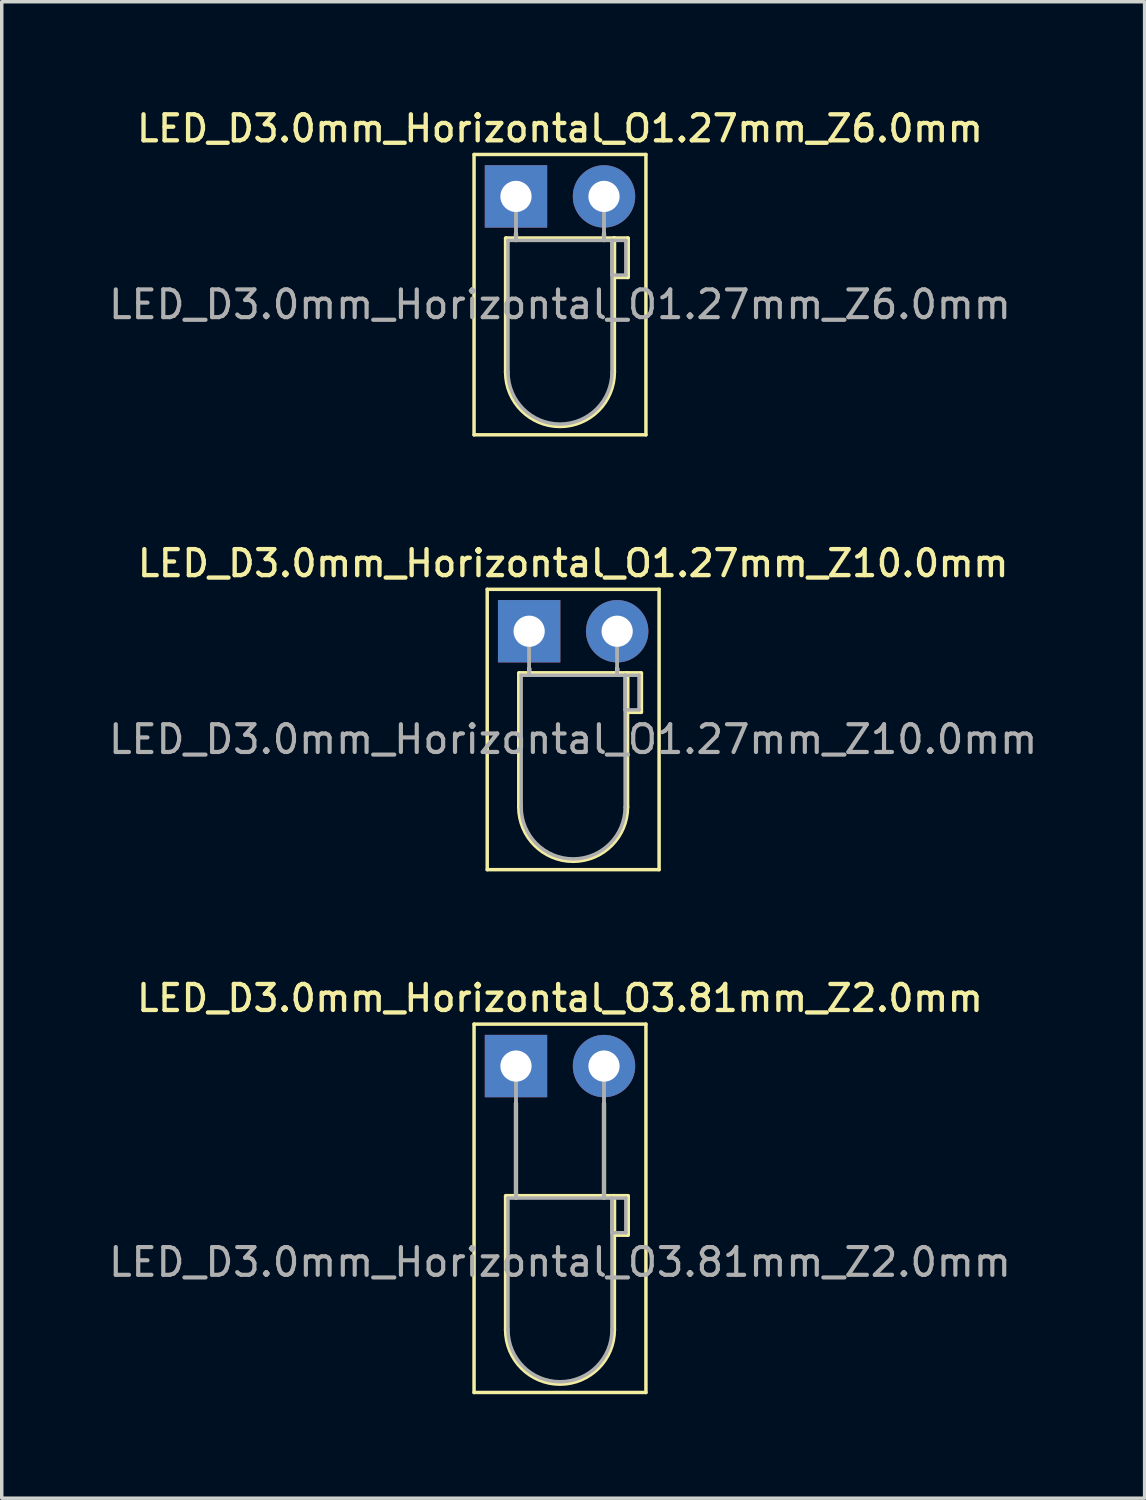
<source format=kicad_pcb>
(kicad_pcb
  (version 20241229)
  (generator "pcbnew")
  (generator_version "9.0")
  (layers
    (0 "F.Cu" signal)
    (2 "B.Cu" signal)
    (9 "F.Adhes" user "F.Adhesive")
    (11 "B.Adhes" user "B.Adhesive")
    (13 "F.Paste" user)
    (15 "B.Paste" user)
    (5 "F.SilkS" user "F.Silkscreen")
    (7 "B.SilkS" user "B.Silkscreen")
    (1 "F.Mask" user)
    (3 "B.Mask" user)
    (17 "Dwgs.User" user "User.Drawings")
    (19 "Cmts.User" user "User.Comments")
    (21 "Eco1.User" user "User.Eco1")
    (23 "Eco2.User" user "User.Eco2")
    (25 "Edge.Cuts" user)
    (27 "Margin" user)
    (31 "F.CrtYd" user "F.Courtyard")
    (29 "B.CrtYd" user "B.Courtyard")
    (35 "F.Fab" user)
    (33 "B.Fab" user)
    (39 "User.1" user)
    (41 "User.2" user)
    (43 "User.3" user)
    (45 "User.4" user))
  (footprint "LED_D3.0mm_Horizontal_O1.27mm_Z6.0mm"
    (layer "F.Cu")
    (at 11.84 2.618)
    (property "Reference" "LED_D3.0mm_Horizontal_O1.27mm_Z6.0mm" (at 1.27 -1.96 0) (layer "F.SilkS") (effects (font (size 0.75 0.75) (thickness 0.125))))
    (attr through_hole)
    (fp_line (start -1.21 -1.21) (end -1.21 6.88) (stroke (width 0.1) (type solid)) (layer "F.SilkS"))
    (fp_line (start -1.21 6.88) (end 3.75 6.88) (stroke (width 0.1) (type solid)) (layer "F.SilkS"))
    (fp_line (start -0.29 1.21) (end -0.29 5.07) (stroke (width 0.12) (type solid)) (layer "F.SilkS"))
    (fp_line (start -0.29 1.21) (end 2.83 1.21) (stroke (width 0.12) (type solid)) (layer "F.SilkS"))
    (fp_line (start 0 1.08) (end 0 1.08) (stroke (width 0.12) (type solid)) (layer "F.SilkS"))
    (fp_line (start 0 1.08) (end 0 1.21) (stroke (width 0.12) (type solid)) (layer "F.SilkS"))
    (fp_line (start 0 1.21) (end 0 1.08) (stroke (width 0.12) (type solid)) (layer "F.SilkS"))
    (fp_line (start 0 1.21) (end 0 1.21) (stroke (width 0.12) (type solid)) (layer "F.SilkS"))
    (fp_line (start 2.54 1.08) (end 2.54 1.08) (stroke (width 0.12) (type solid)) (layer "F.SilkS"))
    (fp_line (start 2.54 1.08) (end 2.54 1.21) (stroke (width 0.12) (type solid)) (layer "F.SilkS"))
    (fp_line (start 2.54 1.21) (end 2.54 1.08) (stroke (width 0.12) (type solid)) (layer "F.SilkS"))
    (fp_line (start 2.54 1.21) (end 2.54 1.21) (stroke (width 0.12) (type solid)) (layer "F.SilkS"))
    (fp_line (start 2.83 1.21) (end 2.83 5.07) (stroke (width 0.12) (type solid)) (layer "F.SilkS"))
    (fp_line (start 2.83 1.21) (end 3.23 1.21) (stroke (width 0.12) (type solid)) (layer "F.SilkS"))
    (fp_line (start 2.83 2.33) (end 2.83 1.21) (stroke (width 0.12) (type solid)) (layer "F.SilkS"))
    (fp_line (start 3.23 1.21) (end 3.23 2.33) (stroke (width 0.12) (type solid)) (layer "F.SilkS"))
    (fp_line (start 3.23 2.33) (end 2.83 2.33) (stroke (width 0.12) (type solid)) (layer "F.SilkS"))
    (fp_line (start 3.75 -1.21) (end -1.21 -1.21) (stroke (width 0.1) (type solid)) (layer "F.SilkS"))
    (fp_line (start 3.75 6.88) (end 3.75 -1.21) (stroke (width 0.1) (type solid)) (layer "F.SilkS"))
    (fp_arc (start 2.83 5.07) (mid 1.27 6.63) (end -0.29 5.07) (stroke (width 0.12) (type solid)) (layer "F.SilkS"))
    (fp_line (start -0.23 1.27) (end -0.23 5.07) (stroke (width 0.1) (type solid)) (layer "F.Fab"))
    (fp_line (start -0.23 1.27) (end 2.77 1.27) (stroke (width 0.1) (type solid)) (layer "F.Fab"))
    (fp_line (start 0 0) (end 0 0) (stroke (width 0.1) (type solid)) (layer "F.Fab"))
    (fp_line (start 0 0) (end 0 1.27) (stroke (width 0.1) (type solid)) (layer "F.Fab"))
    (fp_line (start 0 1.27) (end 0 0) (stroke (width 0.1) (type solid)) (layer "F.Fab"))
    (fp_line (start 0 1.27) (end 0 1.27) (stroke (width 0.1) (type solid)) (layer "F.Fab"))
    (fp_line (start 2.54 0) (end 2.54 0) (stroke (width 0.1) (type solid)) (layer "F.Fab"))
    (fp_line (start 2.54 0) (end 2.54 1.27) (stroke (width 0.1) (type solid)) (layer "F.Fab"))
    (fp_line (start 2.54 1.27) (end 2.54 0) (stroke (width 0.1) (type solid)) (layer "F.Fab"))
    (fp_line (start 2.54 1.27) (end 2.54 1.27) (stroke (width 0.1) (type solid)) (layer "F.Fab"))
    (fp_line (start 2.77 1.27) (end 2.77 5.07) (stroke (width 0.1) (type solid)) (layer "F.Fab"))
    (fp_line (start 2.77 1.27) (end 3.17 1.27) (stroke (width 0.1) (type solid)) (layer "F.Fab"))
    (fp_line (start 2.77 2.27) (end 2.77 1.27) (stroke (width 0.1) (type solid)) (layer "F.Fab"))
    (fp_line (start 3.17 1.27) (end 3.17 2.27) (stroke (width 0.1) (type solid)) (layer "F.Fab"))
    (fp_line (start 3.17 2.27) (end 2.77 2.27) (stroke (width 0.1) (type solid)) (layer "F.Fab"))
    (fp_arc (start 2.77 5.07) (mid 1.27 6.57) (end -0.23 5.07) (stroke (width 0.1) (type solid)) (layer "F.Fab"))
    (fp_text user "${REFERENCE}" (at 1.27 3.12 0) (layer "F.Fab") (effects (font (size 0.8 0.8) (thickness 0.12))))
    (pad "1" thru_hole rect (at 0 0) (size 1.8 1.8) (drill 0.9) (layers "*.Cu" "*.Mask"))
    (pad "2" thru_hole circle (at 2.54 0) (size 1.8 1.8) (drill 0.9) (layers "*.Cu" "*.Mask")))
  (footprint "LED_D3.0mm_Horizontal_O1.27mm_Z10.0mm"
    (layer "F.Cu")
    (at 12.22 15.166)
    (property "Reference" "LED_D3.0mm_Horizontal_O1.27mm_Z10.0mm" (at 1.27 -1.96 0) (layer "F.SilkS") (effects (font (size 0.75 0.75) (thickness 0.125))))
    (attr through_hole)
    (fp_line (start -1.21 -1.21) (end -1.21 6.88) (stroke (width 0.1) (type solid)) (layer "F.SilkS"))
    (fp_line (start -1.21 6.88) (end 3.75 6.88) (stroke (width 0.1) (type solid)) (layer "F.SilkS"))
    (fp_line (start -0.29 1.21) (end -0.29 5.07) (stroke (width 0.12) (type solid)) (layer "F.SilkS"))
    (fp_line (start -0.29 1.21) (end 2.83 1.21) (stroke (width 0.12) (type solid)) (layer "F.SilkS"))
    (fp_line (start 0 1.08) (end 0 1.08) (stroke (width 0.12) (type solid)) (layer "F.SilkS"))
    (fp_line (start 0 1.08) (end 0 1.21) (stroke (width 0.12) (type solid)) (layer "F.SilkS"))
    (fp_line (start 0 1.21) (end 0 1.08) (stroke (width 0.12) (type solid)) (layer "F.SilkS"))
    (fp_line (start 0 1.21) (end 0 1.21) (stroke (width 0.12) (type solid)) (layer "F.SilkS"))
    (fp_line (start 2.54 1.08) (end 2.54 1.08) (stroke (width 0.12) (type solid)) (layer "F.SilkS"))
    (fp_line (start 2.54 1.08) (end 2.54 1.21) (stroke (width 0.12) (type solid)) (layer "F.SilkS"))
    (fp_line (start 2.54 1.21) (end 2.54 1.08) (stroke (width 0.12) (type solid)) (layer "F.SilkS"))
    (fp_line (start 2.54 1.21) (end 2.54 1.21) (stroke (width 0.12) (type solid)) (layer "F.SilkS"))
    (fp_line (start 2.83 1.21) (end 2.83 5.07) (stroke (width 0.12) (type solid)) (layer "F.SilkS"))
    (fp_line (start 2.83 1.21) (end 3.23 1.21) (stroke (width 0.12) (type solid)) (layer "F.SilkS"))
    (fp_line (start 2.83 2.33) (end 2.83 1.21) (stroke (width 0.12) (type solid)) (layer "F.SilkS"))
    (fp_line (start 3.23 1.21) (end 3.23 2.33) (stroke (width 0.12) (type solid)) (layer "F.SilkS"))
    (fp_line (start 3.23 2.33) (end 2.83 2.33) (stroke (width 0.12) (type solid)) (layer "F.SilkS"))
    (fp_line (start 3.75 -1.21) (end -1.21 -1.21) (stroke (width 0.1) (type solid)) (layer "F.SilkS"))
    (fp_line (start 3.75 6.88) (end 3.75 -1.21) (stroke (width 0.1) (type solid)) (layer "F.SilkS"))
    (fp_arc (start 2.83 5.07) (mid 1.27 6.63) (end -0.29 5.07) (stroke (width 0.12) (type solid)) (layer "F.SilkS"))
    (fp_line (start -0.23 1.27) (end -0.23 5.07) (stroke (width 0.1) (type solid)) (layer "F.Fab"))
    (fp_line (start -0.23 1.27) (end 2.77 1.27) (stroke (width 0.1) (type solid)) (layer "F.Fab"))
    (fp_line (start 0 0) (end 0 0) (stroke (width 0.1) (type solid)) (layer "F.Fab"))
    (fp_line (start 0 0) (end 0 1.27) (stroke (width 0.1) (type solid)) (layer "F.Fab"))
    (fp_line (start 0 1.27) (end 0 0) (stroke (width 0.1) (type solid)) (layer "F.Fab"))
    (fp_line (start 0 1.27) (end 0 1.27) (stroke (width 0.1) (type solid)) (layer "F.Fab"))
    (fp_line (start 2.54 0) (end 2.54 0) (stroke (width 0.1) (type solid)) (layer "F.Fab"))
    (fp_line (start 2.54 0) (end 2.54 1.27) (stroke (width 0.1) (type solid)) (layer "F.Fab"))
    (fp_line (start 2.54 1.27) (end 2.54 0) (stroke (width 0.1) (type solid)) (layer "F.Fab"))
    (fp_line (start 2.54 1.27) (end 2.54 1.27) (stroke (width 0.1) (type solid)) (layer "F.Fab"))
    (fp_line (start 2.77 1.27) (end 2.77 5.07) (stroke (width 0.1) (type solid)) (layer "F.Fab"))
    (fp_line (start 2.77 1.27) (end 3.17 1.27) (stroke (width 0.1) (type solid)) (layer "F.Fab"))
    (fp_line (start 2.77 2.27) (end 2.77 1.27) (stroke (width 0.1) (type solid)) (layer "F.Fab"))
    (fp_line (start 3.17 1.27) (end 3.17 2.27) (stroke (width 0.1) (type solid)) (layer "F.Fab"))
    (fp_line (start 3.17 2.27) (end 2.77 2.27) (stroke (width 0.1) (type solid)) (layer "F.Fab"))
    (fp_arc (start 2.77 5.07) (mid 1.27 6.57) (end -0.23 5.07) (stroke (width 0.1) (type solid)) (layer "F.Fab"))
    (fp_text user "${REFERENCE}" (at 1.27 3.12 0) (layer "F.Fab") (effects (font (size 0.8 0.8) (thickness 0.12))))
    (pad "1" thru_hole rect (at 0 0) (size 1.8 1.8) (drill 0.9) (layers "*.Cu" "*.Mask"))
    (pad "2" thru_hole circle (at 2.54 0) (size 1.8 1.8) (drill 0.9) (layers "*.Cu" "*.Mask")))
  (footprint "LED_D3.0mm_Horizontal_O3.81mm_Z2.0mm"
    (layer "F.Cu")
    (at 11.84 27.714)
    (property "Reference" "LED_D3.0mm_Horizontal_O3.81mm_Z2.0mm" (at 1.27 -1.96 0) (layer "F.SilkS") (effects (font (size 0.75 0.75) (thickness 0.125))))
    (attr through_hole)
    (fp_line (start -1.21 -1.21) (end -1.21 9.42) (stroke (width 0.1) (type solid)) (layer "F.SilkS"))
    (fp_line (start -1.21 9.42) (end 3.75 9.42) (stroke (width 0.1) (type solid)) (layer "F.SilkS"))
    (fp_line (start -0.29 3.75) (end -0.29 7.61) (stroke (width 0.12) (type solid)) (layer "F.SilkS"))
    (fp_line (start -0.29 3.75) (end 2.83 3.75) (stroke (width 0.12) (type solid)) (layer "F.SilkS"))
    (fp_line (start 0 1.08) (end 0 1.08) (stroke (width 0.12) (type solid)) (layer "F.SilkS"))
    (fp_line (start 0 1.08) (end 0 3.75) (stroke (width 0.12) (type solid)) (layer "F.SilkS"))
    (fp_line (start 0 3.75) (end 0 1.08) (stroke (width 0.12) (type solid)) (layer "F.SilkS"))
    (fp_line (start 0 3.75) (end 0 3.75) (stroke (width 0.12) (type solid)) (layer "F.SilkS"))
    (fp_line (start 2.54 1.08) (end 2.54 1.08) (stroke (width 0.12) (type solid)) (layer "F.SilkS"))
    (fp_line (start 2.54 1.08) (end 2.54 3.75) (stroke (width 0.12) (type solid)) (layer "F.SilkS"))
    (fp_line (start 2.54 3.75) (end 2.54 1.08) (stroke (width 0.12) (type solid)) (layer "F.SilkS"))
    (fp_line (start 2.54 3.75) (end 2.54 3.75) (stroke (width 0.12) (type solid)) (layer "F.SilkS"))
    (fp_line (start 2.83 3.75) (end 2.83 7.61) (stroke (width 0.12) (type solid)) (layer "F.SilkS"))
    (fp_line (start 2.83 3.75) (end 3.23 3.75) (stroke (width 0.12) (type solid)) (layer "F.SilkS"))
    (fp_line (start 2.83 4.87) (end 2.83 3.75) (stroke (width 0.12) (type solid)) (layer "F.SilkS"))
    (fp_line (start 3.23 3.75) (end 3.23 4.87) (stroke (width 0.12) (type solid)) (layer "F.SilkS"))
    (fp_line (start 3.23 4.87) (end 2.83 4.87) (stroke (width 0.12) (type solid)) (layer "F.SilkS"))
    (fp_line (start 3.75 -1.21) (end -1.21 -1.21) (stroke (width 0.1) (type solid)) (layer "F.SilkS"))
    (fp_line (start 3.75 9.42) (end 3.75 -1.21) (stroke (width 0.1) (type solid)) (layer "F.SilkS"))
    (fp_arc (start 2.83 7.61) (mid 1.27 9.17) (end -0.29 7.61) (stroke (width 0.12) (type solid)) (layer "F.SilkS"))
    (fp_line (start -0.23 3.81) (end -0.23 7.61) (stroke (width 0.1) (type solid)) (layer "F.Fab"))
    (fp_line (start -0.23 3.81) (end 2.77 3.81) (stroke (width 0.1) (type solid)) (layer "F.Fab"))
    (fp_line (start 0 0) (end 0 0) (stroke (width 0.1) (type solid)) (layer "F.Fab"))
    (fp_line (start 0 0) (end 0 3.81) (stroke (width 0.1) (type solid)) (layer "F.Fab"))
    (fp_line (start 0 3.81) (end 0 0) (stroke (width 0.1) (type solid)) (layer "F.Fab"))
    (fp_line (start 0 3.81) (end 0 3.81) (stroke (width 0.1) (type solid)) (layer "F.Fab"))
    (fp_line (start 2.54 0) (end 2.54 0) (stroke (width 0.1) (type solid)) (layer "F.Fab"))
    (fp_line (start 2.54 0) (end 2.54 3.81) (stroke (width 0.1) (type solid)) (layer "F.Fab"))
    (fp_line (start 2.54 3.81) (end 2.54 0) (stroke (width 0.1) (type solid)) (layer "F.Fab"))
    (fp_line (start 2.54 3.81) (end 2.54 3.81) (stroke (width 0.1) (type solid)) (layer "F.Fab"))
    (fp_line (start 2.77 3.81) (end 2.77 7.61) (stroke (width 0.1) (type solid)) (layer "F.Fab"))
    (fp_line (start 2.77 3.81) (end 3.17 3.81) (stroke (width 0.1) (type solid)) (layer "F.Fab"))
    (fp_line (start 2.77 4.81) (end 2.77 3.81) (stroke (width 0.1) (type solid)) (layer "F.Fab"))
    (fp_line (start 3.17 3.81) (end 3.17 4.81) (stroke (width 0.1) (type solid)) (layer "F.Fab"))
    (fp_line (start 3.17 4.81) (end 2.77 4.81) (stroke (width 0.1) (type solid)) (layer "F.Fab"))
    (fp_arc (start 2.77 7.61) (mid 1.27 9.11) (end -0.23 7.61) (stroke (width 0.1) (type solid)) (layer "F.Fab"))
    (fp_text user "${REFERENCE}" (at 1.27 5.66 0) (layer "F.Fab") (effects (font (size 0.8 0.8) (thickness 0.12))))
    (pad "1" thru_hole rect (at 0 0) (size 1.8 1.8) (drill 0.9) (layers "*.Cu" "*.Mask"))
    (pad "2" thru_hole circle (at 2.54 0) (size 1.8 1.8) (drill 0.9) (layers "*.Cu" "*.Mask")))
  (gr_rect
    (start -3 -3)
    (end 29.981 40.184)
    (stroke (width 0.1) (type default))
    (fill no)
    (layer "Edge.Cuts")))
</source>
